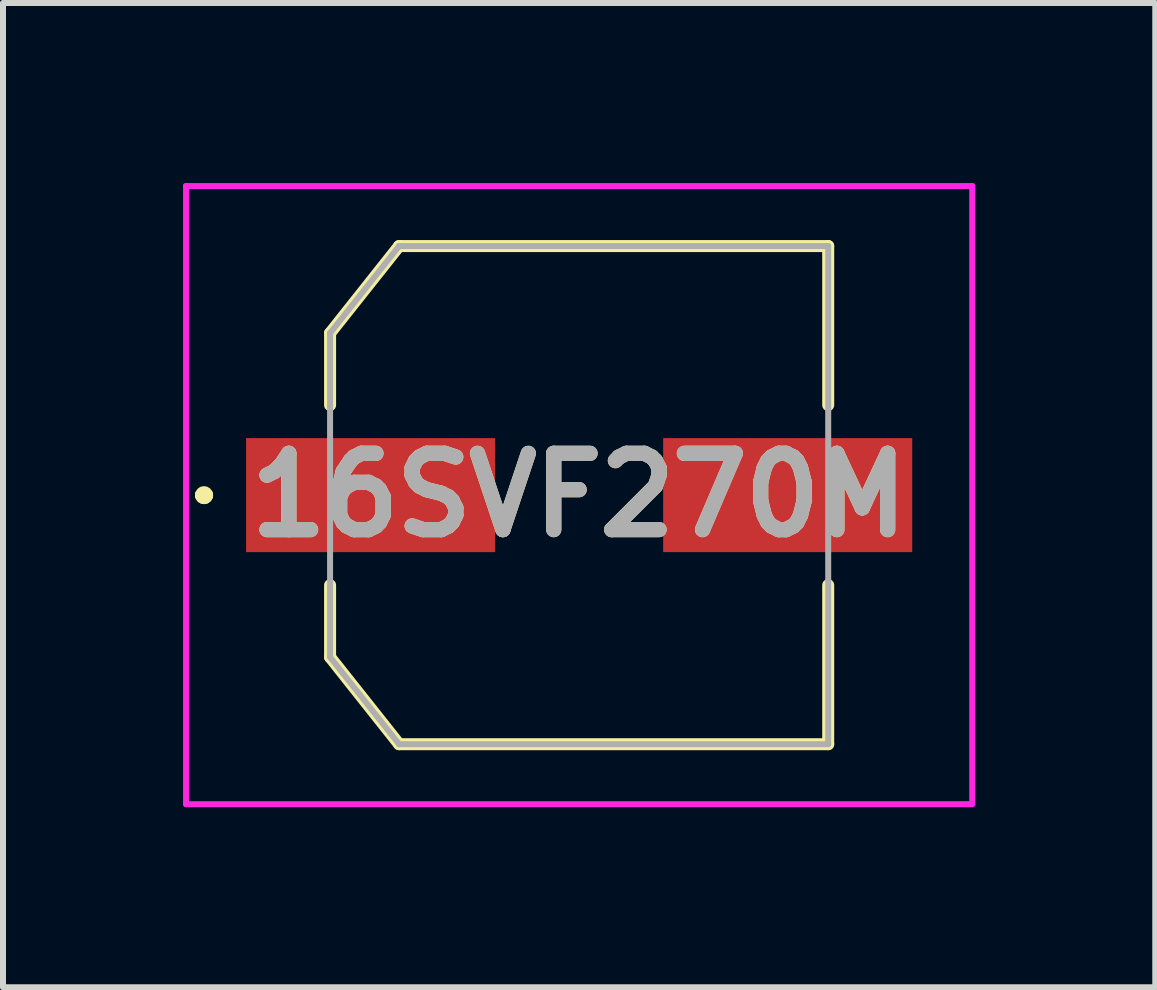
<source format=kicad_pcb>
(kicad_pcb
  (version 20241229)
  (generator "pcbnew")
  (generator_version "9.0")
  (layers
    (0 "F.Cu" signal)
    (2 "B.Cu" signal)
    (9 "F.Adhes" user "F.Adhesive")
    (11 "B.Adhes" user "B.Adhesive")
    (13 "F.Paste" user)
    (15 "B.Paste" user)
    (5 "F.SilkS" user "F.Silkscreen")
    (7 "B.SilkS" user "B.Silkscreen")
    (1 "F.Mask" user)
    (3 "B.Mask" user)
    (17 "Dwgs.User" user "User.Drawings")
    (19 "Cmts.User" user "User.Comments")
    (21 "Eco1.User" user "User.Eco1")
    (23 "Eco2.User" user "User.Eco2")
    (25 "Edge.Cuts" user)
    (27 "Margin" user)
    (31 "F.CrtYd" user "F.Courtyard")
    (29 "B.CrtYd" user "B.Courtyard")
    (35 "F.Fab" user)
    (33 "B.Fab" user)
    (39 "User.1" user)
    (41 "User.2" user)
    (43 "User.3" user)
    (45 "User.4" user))
  (footprint "16SVF270M"
    (layer "F.Cu")
    (at 6.6 5.2)
    (property "Reference" "16SVF270M" (at 0 0 0) (layer "F.SilkS") (effects (font (size 1.27 1.27) (thickness 0.254))))
    (attr smd)
    (fp_line (start -6.3 0) (end -6.3 0) (stroke (width 0.2) (type solid)) (layer "F.SilkS"))
    (fp_line (start -6.3 0) (end -6.3 0) (stroke (width 0.2) (type solid)) (layer "F.SilkS"))
    (fp_line (start -6.2 0) (end -6.2 0) (stroke (width 0.2) (type solid)) (layer "F.SilkS"))
    (fp_line (start -4.15 -2.7) (end -3 -4.15) (stroke (width 0.2) (type solid)) (layer "F.SilkS"))
    (fp_line (start -4.15 -1.5) (end -4.15 -2.7) (stroke (width 0.2) (type solid)) (layer "F.SilkS"))
    (fp_line (start -4.15 1.5) (end -4.15 2.7) (stroke (width 0.2) (type solid)) (layer "F.SilkS"))
    (fp_line (start -4.15 2.7) (end -3 4.15) (stroke (width 0.2) (type solid)) (layer "F.SilkS"))
    (fp_line (start -3 -4.15) (end 4.15 -4.15) (stroke (width 0.2) (type solid)) (layer "F.SilkS"))
    (fp_line (start -3 4.15) (end 4.15 4.15) (stroke (width 0.2) (type solid)) (layer "F.SilkS"))
    (fp_line (start 4.15 -4.15) (end 4.15 -1.5) (stroke (width 0.2) (type solid)) (layer "F.SilkS"))
    (fp_line (start 4.15 4.15) (end 4.15 1.5) (stroke (width 0.2) (type solid)) (layer "F.SilkS"))
    (fp_arc (start -6.3 0) (mid -6.25 -0.05) (end -6.2 0) (stroke (width 0.2) (type solid)) (layer "F.SilkS"))
    (fp_arc (start -6.2 0) (mid -6.25 0.05) (end -6.3 0) (stroke (width 0.2) (type solid)) (layer "F.SilkS"))
    (fp_arc (start -6.2 0) (mid -6.25 0.05) (end -6.3 0) (stroke (width 0.2) (type solid)) (layer "F.SilkS"))
    (fp_line (start -6.55 -5.15) (end 6.55 -5.15) (stroke (width 0.1) (type solid)) (layer "F.CrtYd"))
    (fp_line (start -6.55 5.15) (end -6.55 -5.15) (stroke (width 0.1) (type solid)) (layer "F.CrtYd"))
    (fp_line (start 6.55 -5.15) (end 6.55 5.15) (stroke (width 0.1) (type solid)) (layer "F.CrtYd"))
    (fp_line (start 6.55 5.15) (end -6.55 5.15) (stroke (width 0.1) (type solid)) (layer "F.CrtYd"))
    (fp_line (start -4.15 -2.7) (end -3 -4.15) (stroke (width 0.1) (type solid)) (layer "F.Fab"))
    (fp_line (start -4.15 -1.5) (end -4.15 -2.7) (stroke (width 0.1) (type solid)) (layer "F.Fab"))
    (fp_line (start -4.15 2.7) (end -4.15 -1.5) (stroke (width 0.1) (type solid)) (layer "F.Fab"))
    (fp_line (start -3 -4.15) (end 4.15 -4.15) (stroke (width 0.1) (type solid)) (layer "F.Fab"))
    (fp_line (start -3 4.15) (end -4.15 2.7) (stroke (width 0.1) (type solid)) (layer "F.Fab"))
    (fp_line (start 4.15 -4.15) (end 4.15 4.15) (stroke (width 0.1) (type solid)) (layer "F.Fab"))
    (fp_line (start 4.15 4.15) (end -3 4.15) (stroke (width 0.1) (type solid)) (layer "F.Fab"))
    (fp_text user "${REFERENCE}" (at 0 0 0) (layer "F.Fab") (effects (font (size 1.27 1.27) (thickness 0.254))))
    (pad "1" smd rect (at -3.475 0 90) (size 1.9 4.15) (layers "F.Cu" "F.Mask" "F.Paste"))
    (pad "2" smd rect (at 3.475 0 90) (size 1.9 4.15) (layers "F.Cu" "F.Mask" "F.Paste")))
  (gr_rect
    (start -3 -3)
    (end 16.2 13.4)
    (stroke (width 0.1) (type default))
    (fill no)
    (layer "Edge.Cuts")))
</source>
